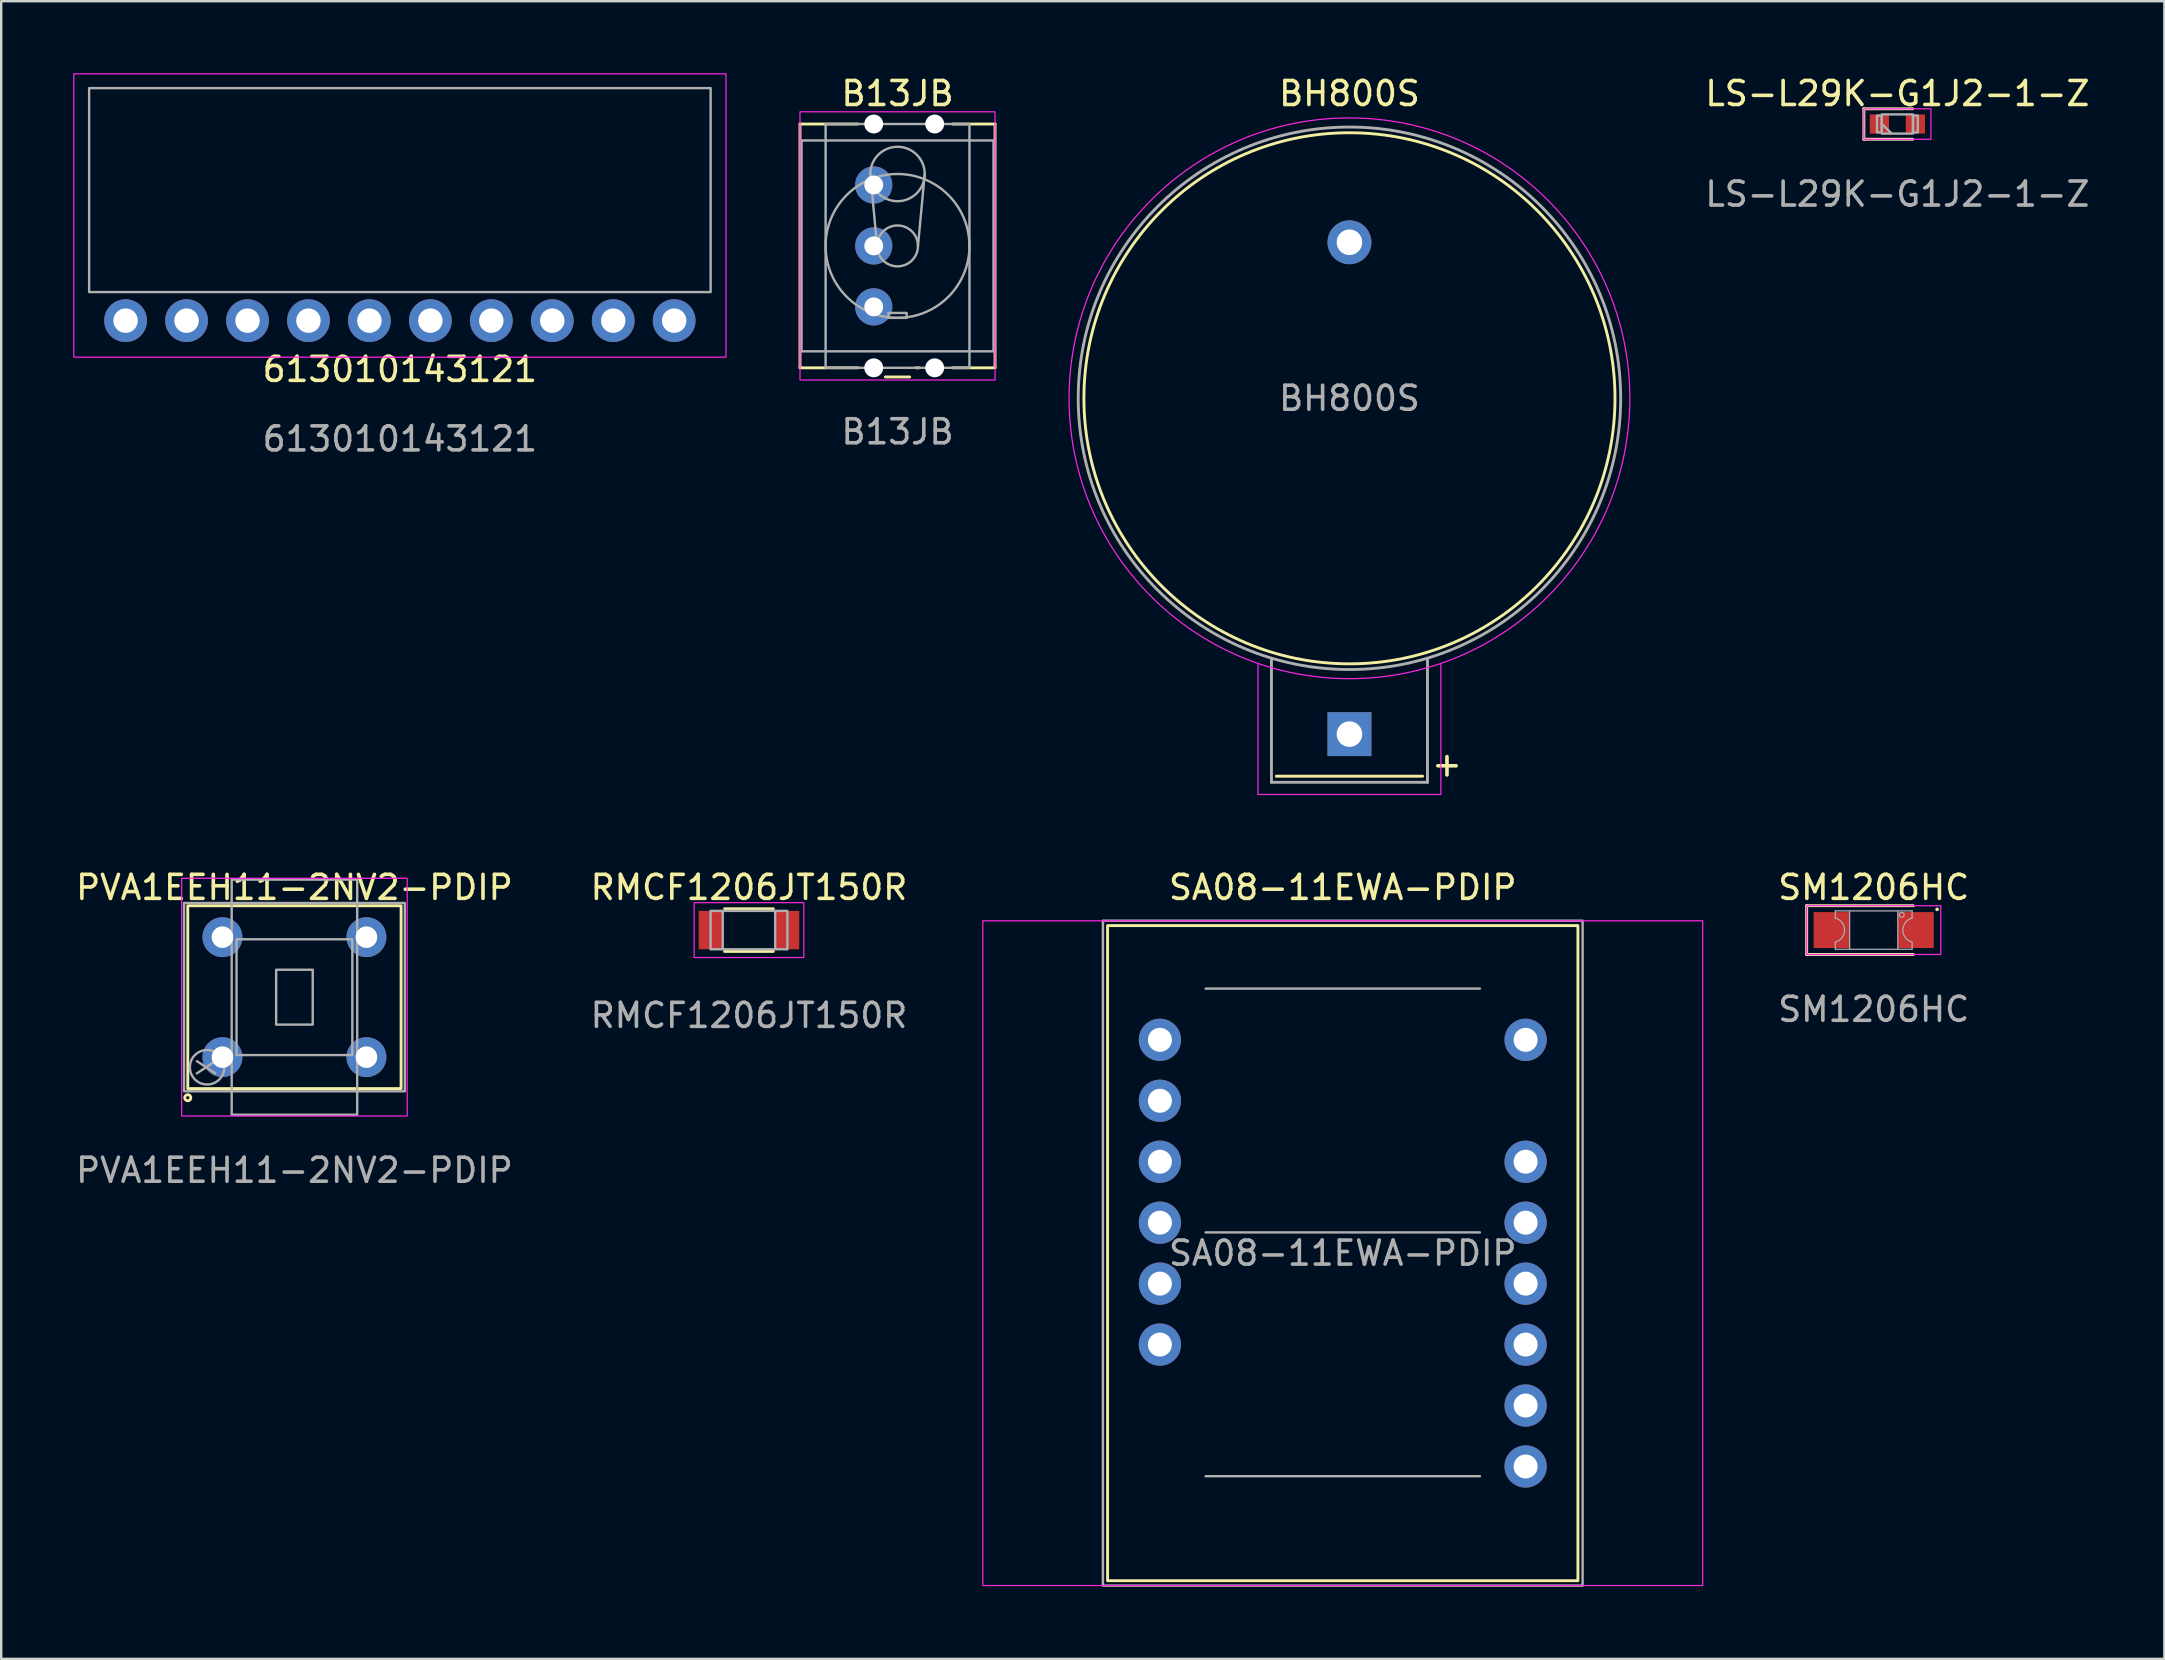
<source format=kicad_pcb>
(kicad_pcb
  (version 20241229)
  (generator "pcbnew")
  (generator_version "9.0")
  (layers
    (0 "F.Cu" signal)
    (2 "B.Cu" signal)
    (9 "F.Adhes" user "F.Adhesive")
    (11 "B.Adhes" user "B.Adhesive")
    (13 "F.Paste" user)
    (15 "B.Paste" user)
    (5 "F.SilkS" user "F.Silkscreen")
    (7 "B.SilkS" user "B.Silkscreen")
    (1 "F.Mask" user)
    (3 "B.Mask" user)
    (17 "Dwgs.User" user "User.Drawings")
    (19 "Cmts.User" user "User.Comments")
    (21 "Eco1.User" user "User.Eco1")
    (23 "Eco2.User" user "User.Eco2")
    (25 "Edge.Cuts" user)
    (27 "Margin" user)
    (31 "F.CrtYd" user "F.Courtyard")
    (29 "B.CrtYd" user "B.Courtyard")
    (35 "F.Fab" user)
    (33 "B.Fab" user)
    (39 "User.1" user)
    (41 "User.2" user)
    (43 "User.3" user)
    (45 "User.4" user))
  (footprint "PVA1EEH11-2NV2-PDIP"
    (layer "F.Cu")
    (at 9.22 38.504)
    (property "Reference" "PVA1EEH11-2NV2-PDIP" (at 0 -4.572 0) (unlocked yes) (layer "F.SilkS") (effects (font (size 1 1) (thickness 0.15))))
    (attr through_hole)
    (fp_rect (start -4.445 -3.81) (end 4.445 3.81) (stroke (width 0.12) (type solid)) (fill no) (layer "F.SilkS"))
    (fp_circle (center -4.445 4.191) (end -4.318 4.191) (stroke (width 0.12) (type solid)) (fill no) (layer "F.SilkS"))
    (fp_rect (start -4.699 -4.953) (end 4.699 4.953) (stroke (width 0.05) (type solid)) (fill no) (layer "F.CrtYd"))
    (fp_line (start -4.064 2.667) (end -3.302 3.175) (stroke (width 0.1) (type solid)) (layer "F.Fab"))
    (fp_line (start -3.302 2.667) (end -4.064 3.175) (stroke (width 0.1) (type solid)) (layer "F.Fab"))
    (fp_rect (start -4.6 -3.923) (end 4.6 3.923) (stroke (width 0.1) (type solid)) (fill no) (layer "F.Fab"))
    (fp_rect (start -2.615 -4.9) (end 2.615 4.9) (stroke (width 0.1) (type solid)) (fill no) (layer "F.Fab"))
    (fp_rect (start -2.413 -2.413) (end 2.413 2.413) (stroke (width 0.1) (type solid)) (fill no) (layer "F.Fab"))
    (fp_rect (start -0.762 -1.143) (end 0.762 1.143) (stroke (width 0.1) (type solid)) (fill no) (layer "F.Fab"))
    (fp_circle (center -3.639 2.921) (end -3.131 3.429) (stroke (width 0.1) (type solid)) (fill no) (layer "F.Fab"))
    (fp_text user "${REFERENCE}" (at 0 7.215 0) (unlocked yes) (layer "F.Fab") (effects (font (size 1 1) (thickness 0.15))))
    (pad "1" thru_hole circle (at -3 2.5) (size 1.662 1.662) (drill 0.9) (layers "*.Cu" "*.Mask"))
    (pad "2" thru_hole circle (at -3 -2.5) (size 1.662 1.662) (drill 0.9) (layers "*.Cu" "*.Mask"))
    (pad "3" thru_hole circle (at 3 2.5) (size 1.662 1.662) (drill 0.9) (layers "*.Cu" "*.Mask"))
    (pad "4" thru_hole circle (at 3 -2.5) (size 1.662 1.662) (drill 0.9) (layers "*.Cu" "*.Mask")))
  (footprint "B13JB"
    (layer "F.Cu")
    (at 34.352 7.198)
    (property "Reference" "B13JB" (at 0 -6.35 0) (unlocked yes) (layer "F.SilkS") (effects (font (size 1 1) (thickness 0.15))))
    (attr through_hole)
    (fp_line (start -4.064 -5.08) (end -4.064 5.08) (stroke (width 0.12) (type solid)) (layer "F.SilkS"))
    (fp_line (start -4.064 5.08) (end -1.651 5.08) (stroke (width 0.12) (type solid)) (layer "F.SilkS"))
    (fp_line (start -1.651 -5.08) (end -4.064 -5.08) (stroke (width 0.12) (type solid)) (layer "F.SilkS"))
    (fp_line (start -0.508 5.461) (end 0.508 5.461) (stroke (width 0.12) (type solid)) (layer "F.SilkS"))
    (fp_line (start 0.889 5.08) (end 0.762 5.08) (stroke (width 0.12) (type solid)) (layer "F.SilkS"))
    (fp_line (start 2.286 -5.08) (end 4.064 -5.08) (stroke (width 0.12) (type solid)) (layer "F.SilkS"))
    (fp_line (start 4.064 -5.08) (end 4.064 5.08) (stroke (width 0.12) (type solid)) (layer "F.SilkS"))
    (fp_line (start 4.064 5.08) (end 2.286 5.08) (stroke (width 0.12) (type solid)) (layer "F.SilkS"))
    (fp_rect (start -4.064 -5.588) (end 4.064 5.588) (stroke (width 0.05) (type solid)) (fill no) (layer "F.CrtYd"))
    (fp_line (start -1.134 -2.997) (end -0.852 0) (stroke (width 0.1) (type solid)) (layer "F.Fab"))
    (fp_line (start 1.134 -2.997) (end 0.852 0) (stroke (width 0.1) (type solid)) (layer "F.Fab"))
    (fp_rect (start -4 -4.394) (end 4 4.394) (stroke (width 0.1) (type solid)) (fill no) (layer "F.Fab"))
    (fp_rect (start -2.997 -5.08) (end 2.997 5.08) (stroke (width 0.1) (type solid)) (fill no) (layer "F.Fab"))
    (fp_rect (start -0.381 2.794) (end 0.381 2.997) (stroke (width 0.1) (type solid)) (fill no) (layer "F.Fab"))
    (fp_circle (center 0 -2.997) (end 1.134 -2.997) (stroke (width 0.1) (type solid)) (fill no) (layer "F.Fab"))
    (fp_circle (center 0 0) (end 0.381 -0.762) (stroke (width 0.1) (type solid)) (fill no) (layer "F.Fab"))
    (fp_circle (center 0 0) (end 2.997 0) (stroke (width 0.1) (type solid)) (fill no) (layer "F.Fab"))
    (fp_text user "${REFERENCE}" (at 0 7.747 0) (unlocked yes) (layer "F.Fab") (effects (font (size 1 1) (thickness 0.15))))
    (pad "" np_thru_hole circle (at -0.991 -5.08) (size 0.787 0.787) (drill 0.787) (layers "*.Cu" "*.Mask"))
    (pad "" np_thru_hole circle (at -0.991 5.08) (size 0.787 0.787) (drill 0.787) (layers "*.Cu" "*.Mask"))
    (pad "" np_thru_hole circle (at 1.549 -5.08) (size 0.787 0.787) (drill 0.787) (layers "*.Cu" "*.Mask"))
    (pad "" np_thru_hole circle (at 1.549 5.08) (size 0.787 0.787) (drill 0.787) (layers "*.Cu" "*.Mask"))
    (pad "1" thru_hole circle (at -0.991 -2.54) (size 1.549 1.549) (drill 0.787) (layers "*.Cu" "*.Mask"))
    (pad "2" thru_hole circle (at -0.991 0) (size 1.549 1.549) (drill 0.787) (layers "*.Cu" "*.Mask"))
    (pad "3" thru_hole circle (at -0.991 2.54) (size 1.549 1.549) (drill 0.787) (layers "*.Cu" "*.Mask")))
  (footprint "613010143121"
    (layer "F.Cu")
    (at 13.614 10.312)
    (property "Reference" "613010143121" (at 0 2.032 0) (unlocked yes) (layer "F.SilkS") (effects (font (size 1 1) (thickness 0.15))))
    (attr through_hole)
    (fp_rect (start -13.589 1.524) (end 13.589 -10.287) (stroke (width 0.05) (type solid)) (fill no) (layer "F.CrtYd"))
    (fp_rect (start 12.95 -1.19) (end -12.95 -9.69) (stroke (width 0.1) (type solid)) (fill no) (layer "F.Fab"))
    (fp_text user "${REFERENCE}" (at 0 4.929 0) (unlocked yes) (layer "F.Fab") (effects (font (size 1 1) (thickness 0.15))))
    (pad "1" thru_hole circle (at -11.43 0) (size 1.782 1.782) (drill 1.02) (layers "*.Cu" "*.Mask"))
    (pad "2" thru_hole circle (at -8.89 0) (size 1.782 1.782) (drill 1.02) (layers "*.Cu" "*.Mask"))
    (pad "3" thru_hole circle (at -6.35 0) (size 1.782 1.782) (drill 1.02) (layers "*.Cu" "*.Mask"))
    (pad "4" thru_hole circle (at -3.81 0) (size 1.782 1.782) (drill 1.02) (layers "*.Cu" "*.Mask"))
    (pad "5" thru_hole circle (at -1.27 0) (size 1.782 1.782) (drill 1.02) (layers "*.Cu" "*.Mask"))
    (pad "6" thru_hole circle (at 1.27 0) (size 1.782 1.782) (drill 1.02) (layers "*.Cu" "*.Mask"))
    (pad "7" thru_hole circle (at 3.81 0) (size 1.782 1.782) (drill 1.02) (layers "*.Cu" "*.Mask"))
    (pad "8" thru_hole circle (at 6.35 0) (size 1.782 1.782) (drill 1.02) (layers "*.Cu" "*.Mask"))
    (pad "9" thru_hole circle (at 8.89 0) (size 1.782 1.782) (drill 1.02) (layers "*.Cu" "*.Mask"))
    (pad "10" thru_hole circle (at 11.43 0) (size 1.782 1.782) (drill 1.02) (layers "*.Cu" "*.Mask")))
  (footprint "RMCF1206JT150R"
    (layer "F.Cu")
    (at 28.161 35.709)
    (property "Reference" "RMCF1206JT150R" (at 0 -1.778 0) (unlocked yes) (layer "F.SilkS") (effects (font (size 1 1) (thickness 0.15))))
    (attr smd)
    (fp_line (start -1.016 -0.889) (end 1.016 -0.889) (stroke (width 0.12) (type solid)) (layer "F.SilkS"))
    (fp_line (start -1.016 0.889) (end 1.016 0.889) (stroke (width 0.12) (type solid)) (layer "F.SilkS"))
    (fp_rect (start -2.286 -1.143) (end 2.286 1.143) (stroke (width 0.05) (type solid)) (fill no) (layer "F.CrtYd"))
    (fp_line (start -1.092 -0.762) (end -1.092 0.762) (stroke (width 0.1) (type solid)) (layer "F.Fab"))
    (fp_line (start 1.092 -0.762) (end 1.092 0.762) (stroke (width 0.1) (type solid)) (layer "F.Fab"))
    (fp_rect (start -1.6 -0.8) (end 1.6 0.8) (stroke (width 0.1) (type solid)) (fill no) (layer "F.Fab"))
    (fp_text user "${REFERENCE}" (at 0 3.556 0) (unlocked yes) (layer "F.Fab") (effects (font (size 1 1) (thickness 0.15))))
    (pad "1" smd rect (at -1.6 0) (size 0.991 1.6) (layers "F.Cu" "F.Mask" "F.Paste"))
    (pad "2" smd rect (at 1.6 0) (size 0.991 1.6) (layers "F.Cu" "F.Mask" "F.Paste")))
  (footprint "SM1206HC"
    (layer "F.Cu")
    (at 75.032 35.709)
    (property "Reference" "SM1206HC" (at 0 -1.778 0) (unlocked yes) (layer "F.SilkS") (effects (font (size 1 1) (thickness 0.15))))
    (attr smd)
    (fp_line (start -2.794 -1.016) (end -2.794 1.016) (stroke (width 0.12) (type solid)) (layer "F.SilkS"))
    (fp_line (start -2.794 1.016) (end 1.651 1.016) (stroke (width 0.12) (type solid)) (layer "F.SilkS"))
    (fp_line (start 1.651 -1.016) (end -2.794 -1.016) (stroke (width 0.12) (type solid)) (layer "F.SilkS"))
    (fp_circle (center 2.642 -0.864) (end 2.692 -0.864) (stroke (width 0.051) (type solid)) (fill yes) (layer "F.SilkS"))
    (fp_rect (start -2.794 -1.016) (end 2.794 1.016) (stroke (width 0.05) (type solid)) (fill no) (layer "F.CrtYd"))
    (fp_line (start -1.6 -0.8) (end -1.6 -0.502) (stroke (width 0.051) (type solid)) (layer "F.Fab"))
    (fp_line (start -1.6 0.502) (end -1.6 0.8) (stroke (width 0.051) (type solid)) (layer "F.Fab"))
    (fp_line (start -1.6 0.8) (end 1.6 0.8) (stroke (width 0.051) (type solid)) (layer "F.Fab"))
    (fp_line (start -1.003 -0.8) (end -1.003 0.8) (stroke (width 0.051) (type solid)) (layer "F.Fab"))
    (fp_line (start 1.003 -0.8) (end 1.003 0.8) (stroke (width 0.051) (type solid)) (layer "F.Fab"))
    (fp_line (start 1.6 -0.8) (end -1.6 -0.8) (stroke (width 0.051) (type solid)) (layer "F.Fab"))
    (fp_line (start 1.6 -0.8) (end 1.6 -0.502) (stroke (width 0.051) (type solid)) (layer "F.Fab"))
    (fp_line (start 1.6 0.502) (end 1.6 0.8) (stroke (width 0.051) (type solid)) (layer "F.Fab"))
    (fp_arc (start -1.6002 -0.50165) (mid -1.215271 0) (end -1.6002 0.50165) (stroke (width 0.0508) (type solid)) (layer "F.Fab"))
    (fp_arc (start 1.6002 0.50165) (mid 1.215271 0) (end 1.6002 -0.50165) (stroke (width 0.0508) (type solid)) (layer "F.Fab"))
    (fp_circle (center 1.168 -0.635) (end 1.27 -0.635) (stroke (width 0.051) (type solid)) (fill no) (layer "F.Fab"))
    (fp_text user "${REFERENCE}" (at 0 3.302 0) (unlocked yes) (layer "F.Fab") (effects (font (size 1 1) (thickness 0.15))))
    (pad "1" smd rect (at 1.753 0) (size 1.499 1.499) (layers "F.Cu" "F.Mask" "F.Paste"))
    (pad "2" smd rect (at -1.753 0) (size 1.499 1.499) (layers "F.Cu" "F.Mask" "F.Paste")))
  (footprint "SA08-11EWA-PDIP"
    (layer "F.Cu")
    (at 52.906 49.172)
    (property "Reference" "SA08-11EWA-PDIP" (at 0 -15.24 0) (unlocked yes) (layer "F.SilkS") (effects (font (size 1 1) (thickness 0.15))))
    (attr through_hole)
    (fp_rect (start -9.8 -13.65) (end 9.8 13.65) (stroke (width 0.12) (type solid)) (fill no) (layer "F.SilkS"))
    (fp_rect (start 15 13.85) (end -15 -13.85) (stroke (width 0.05) (type solid)) (fill no) (layer "F.CrtYd"))
    (fp_line (start -5.715 -11.024) (end 5.715 -11.024) (stroke (width 0.1) (type solid)) (layer "F.Fab"))
    (fp_line (start -5.715 -0.864) (end 5.715 -0.864) (stroke (width 0.1) (type solid)) (layer "F.Fab"))
    (fp_line (start -5.715 9.296) (end 5.715 9.296) (stroke (width 0.1) (type solid)) (layer "F.Fab"))
    (fp_rect (start -9.995 -13.856) (end 9.995 13.856) (stroke (width 0.102) (type solid)) (fill no) (layer "F.Fab"))
    (fp_text user "${REFERENCE}" (at 0 0 0) (unlocked yes) (layer "F.Fab") (effects (font (size 1 1) (thickness 0.15))))
    (pad "1" thru_hole circle (at -7.62 -8.89) (size 1.76 1.76) (drill 1.001) (layers "*.Cu" "*.Mask"))
    (pad "2" thru_hole circle (at -7.62 -6.35) (size 1.76 1.76) (drill 1.001) (layers "*.Cu" "*.Mask"))
    (pad "3" thru_hole circle (at -7.62 -3.81) (size 1.76 1.76) (drill 1.001) (layers "*.Cu" "*.Mask"))
    (pad "4" thru_hole circle (at -7.62 -1.27) (size 1.76 1.76) (drill 1.001) (layers "*.Cu" "*.Mask"))
    (pad "5" thru_hole circle (at -7.62 1.27) (size 1.76 1.76) (drill 1.001) (layers "*.Cu" "*.Mask"))
    (pad "6" thru_hole circle (at -7.62 3.81) (size 1.76 1.76) (drill 1.001) (layers "*.Cu" "*.Mask"))
    (pad "9" thru_hole circle (at 7.62 8.89) (size 1.76 1.76) (drill 1.001) (layers "*.Cu" "*.Mask"))
    (pad "10" thru_hole circle (at 7.62 6.35) (size 1.76 1.76) (drill 1.001) (layers "*.Cu" "*.Mask"))
    (pad "11" thru_hole circle (at 7.62 3.81) (size 1.76 1.76) (drill 1.001) (layers "*.Cu" "*.Mask"))
    (pad "12" thru_hole circle (at 7.62 1.27) (size 1.76 1.76) (drill 1.001) (layers "*.Cu" "*.Mask"))
    (pad "13" thru_hole circle (at 7.62 -1.27) (size 1.76 1.76) (drill 1.001) (layers "*.Cu" "*.Mask"))
    (pad "14" thru_hole circle (at 7.62 -3.81) (size 1.76 1.76) (drill 1.001) (layers "*.Cu" "*.Mask"))
    (pad "16" thru_hole circle (at 7.62 -8.89) (size 1.76 1.76) (drill 1.001) (layers "*.Cu" "*.Mask")))
  (footprint "BH800S"
    (layer "F.Cu")
    (at 53.185 13.548)
    (property "Reference" "BH800S" (at 0 -12.7 0) (unlocked yes) (layer "F.SilkS") (effects (font (size 1 1) (thickness 0.15))))
    (attr through_hole)
    (fp_line (start -3.048 15.748) (end 3.048 15.748) (stroke (width 0.12) (type solid)) (layer "F.SilkS"))
    (fp_circle (center 0 0) (end 5.842 -9.398) (stroke (width 0.12) (type solid)) (fill no) (layer "F.SilkS"))
    (fp_line (start -3.81 16.51) (end -3.81 11.074) (stroke (width 0.05) (type solid)) (layer "F.CrtYd"))
    (fp_line (start -3.81 16.51) (end 3.81 16.51) (stroke (width 0.05) (type solid)) (layer "F.CrtYd"))
    (fp_line (start 3.81 16.51) (end 3.81 11.074) (stroke (width 0.05) (type solid)) (layer "F.CrtYd"))
    (fp_circle (center 0 0) (end 0 -11.684) (stroke (width 0.05) (type solid)) (fill no) (layer "F.CrtYd"))
    (fp_line (start -3.251 16.002) (end -3.251 10.846) (stroke (width 0.12) (type solid)) (layer "F.Fab"))
    (fp_line (start -3.251 16.002) (end 3.251 16.002) (stroke (width 0.12) (type solid)) (layer "F.Fab"))
    (fp_line (start 3.251 16.002) (end 3.251 10.846) (stroke (width 0.12) (type solid)) (layer "F.Fab"))
    (fp_circle (center 0 0) (end 11.303 0) (stroke (width 0.12) (type solid)) (fill no) (layer "F.Fab"))
    (fp_text user "+" (at 4.064 15.24 0) (unlocked yes) (layer "F.SilkS") (effects (font (size 1 1) (thickness 0.15))))
    (fp_text user "${REFERENCE}" (at 0 0 0) (unlocked yes) (layer "F.Fab") (effects (font (size 1 1) (thickness 0.15))))
    (pad "1" thru_hole rect (at 0 13.995) (size 1.829 1.829) (drill 1.067) (layers "*.Cu" "*.Mask"))
    (pad "2" thru_hole circle (at 0 -6.502) (size 1.829 1.829) (drill 1.067) (layers "*.Cu" "*.Mask")))
  (footprint "LS-L29K-G1J2-1-Z"
    (layer "F.Cu")
    (at 76.019 2.118)
    (property "Reference" "LS-L29K-G1J2-1-Z" (at 0 -1.27 0) (unlocked yes) (layer "F.SilkS") (effects (font (size 1 1) (thickness 0.15))))
    (attr smd)
    (fp_line (start -1.397 -0.635) (end -1.397 0.635) (stroke (width 0.12) (type solid)) (layer "F.SilkS"))
    (fp_line (start -1.397 0.635) (end 0.635 0.635) (stroke (width 0.12) (type solid)) (layer "F.SilkS"))
    (fp_line (start 0.635 -0.635) (end -1.397 -0.635) (stroke (width 0.12) (type solid)) (layer "F.SilkS"))
    (fp_rect (start -1.397 -0.635) (end 1.397 0.635) (stroke (width 0.05) (type solid)) (fill no) (layer "F.CrtYd"))
    (fp_line (start -0.254 0.381) (end -0.65 0) (stroke (width 0.1) (type solid)) (layer "F.Fab"))
    (fp_rect (start -0.65 0.35) (end -0.85 -0.35) (stroke (width 0.1) (type solid)) (fill no) (layer "F.Fab"))
    (fp_rect (start 0.65 0.4) (end -0.65 -0.4) (stroke (width 0.1) (type solid)) (fill no) (layer "F.Fab"))
    (fp_rect (start 0.85 0.35) (end 0.65 -0.35) (stroke (width 0.1) (type solid)) (fill no) (layer "F.Fab"))
    (fp_text user "${REFERENCE}" (at 0 2.921 0) (unlocked yes) (layer "F.Fab") (effects (font (size 1 1) (thickness 0.15))))
    (pad "1" smd rect (at -0.75 0) (size 0.8 0.8) (layers "F.Cu" "F.Mask" "F.Paste"))
    (pad "2" smd rect (at 0.75 0) (size 0.8 0.8) (layers "F.Cu" "F.Mask" "F.Paste")))
  (gr_rect
    (start -3 -3)
    (end 87.144 66.078)
    (stroke (width 0.1) (type default))
    (fill no)
    (layer "Edge.Cuts")))
</source>
